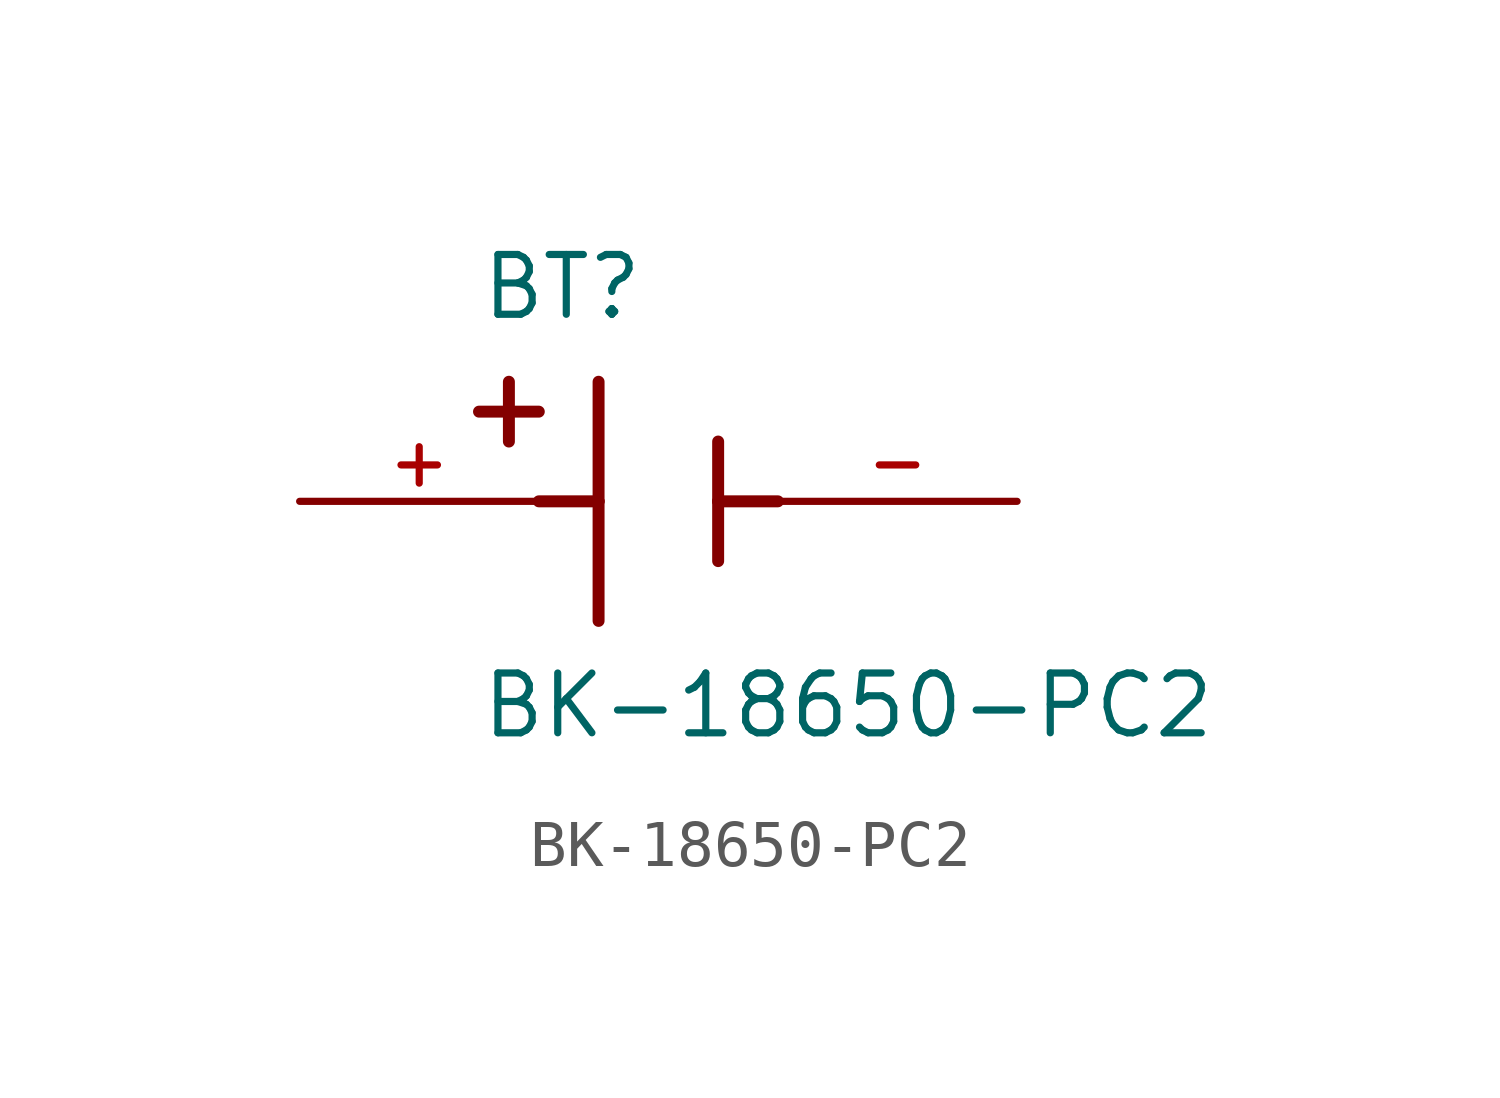
<source format=kicad_sym>
(kicad_symbol_lib
  (version 20220914)
  (generator kicad_symbol_editor)
  (symbol "BK-18650-PC2"
    (pin_names
      (offset 1.016))
    (property "Reference" "BT"
      (at -3.81 3.81 0)
      (effects (font (size 1.27 1.27)) (justify left bottom)))
    (property "Value" "BK-18650-PC2"
      (at -3.81 -5.08 0)
      (effects (font (size 1.27 1.27)) (justify left bottom)))
    (symbol "BK-18650-PC2_0_0"
      (polyline (pts (xy -3.81 1.905) (xy -2.54 1.905)) (stroke (width 0.254) (type default)) (fill (type none)))
      (polyline (pts (xy -3.175 2.54) (xy -3.175 1.27)) (stroke (width 0.254) (type default)) (fill (type none)))
      (polyline (pts (xy -1.27 0) (xy -2.54 0)) (stroke (width 0.254) (type default)) (fill (type none)))
      (polyline (pts (xy -1.27 0) (xy -1.27 -2.54)) (stroke (width 0.254) (type default)) (fill (type none)))
      (polyline (pts (xy -1.27 2.54) (xy -1.27 0)) (stroke (width 0.254) (type default)) (fill (type none)))
      (polyline (pts (xy 1.27 0) (xy 1.27 -1.27)) (stroke (width 0.254) (type default)) (fill (type none)))
      (polyline (pts (xy 1.27 0) (xy 2.54 0)) (stroke (width 0.254) (type default)) (fill (type none)))
      (polyline (pts (xy 1.27 1.27) (xy 1.27 0)) (stroke (width 0.254) (type default)) (fill (type none)))
      (pin passive line (at -7.62 0 0) (length 5.08) (name "~" (effects (font (size 1.016 1.016)))) (number "+" (effects (font (size 1.016 1.016)))))
      (pin passive line (at 7.62 0 180) (length 5.08) (name "~" (effects (font (size 1.016 1.016)))) (number "-" (effects (font (size 1.016 1.016))))))))
</source>
